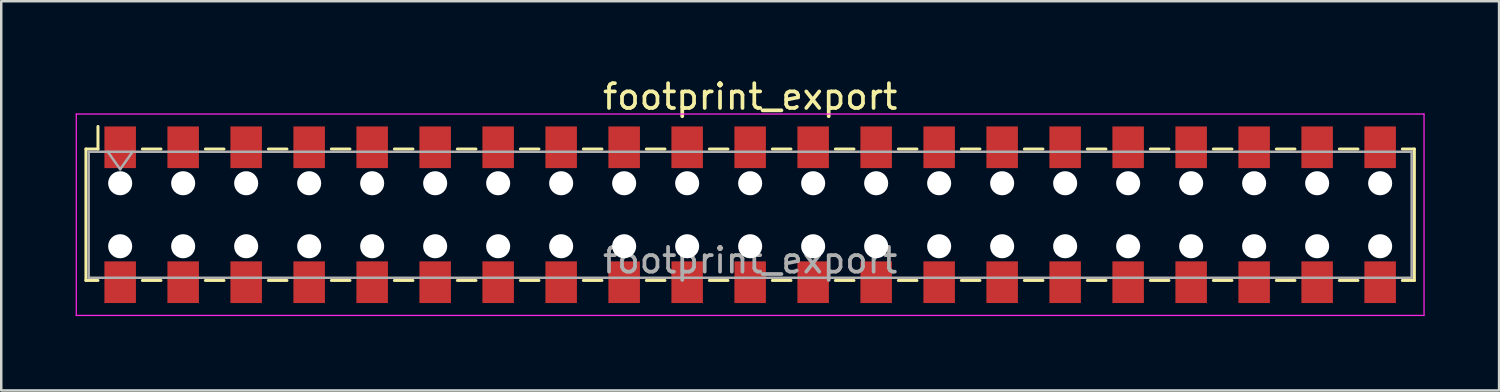
<source format=kicad_pcb>
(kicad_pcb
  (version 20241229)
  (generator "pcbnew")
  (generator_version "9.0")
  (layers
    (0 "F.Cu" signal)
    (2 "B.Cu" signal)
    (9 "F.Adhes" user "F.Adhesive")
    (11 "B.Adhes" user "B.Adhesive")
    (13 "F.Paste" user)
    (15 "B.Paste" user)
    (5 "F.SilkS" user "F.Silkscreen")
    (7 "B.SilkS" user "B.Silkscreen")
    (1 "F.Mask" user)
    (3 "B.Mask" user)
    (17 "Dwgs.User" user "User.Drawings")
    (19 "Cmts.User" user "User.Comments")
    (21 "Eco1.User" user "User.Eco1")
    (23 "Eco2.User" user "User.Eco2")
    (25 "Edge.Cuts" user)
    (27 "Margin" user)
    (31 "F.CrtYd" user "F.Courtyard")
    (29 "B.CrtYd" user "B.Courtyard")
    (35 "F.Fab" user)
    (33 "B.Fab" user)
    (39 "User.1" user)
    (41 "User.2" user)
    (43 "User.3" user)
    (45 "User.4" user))
  (footprint "footprint_export"
    (layer "F.Cu")
    (at 27.195 5.608)
    (property "Reference" "footprint_export" (at 0 -4.76 0) (layer "F.SilkS") (effects (font (size 1 1) (thickness 0.15))))
    (attr smd)
    (fp_line (start -26.78 -2.65) (end -26.78 2.65) (stroke (width 0.12) (type solid)) (layer "F.SilkS"))
    (fp_line (start -26.78 2.65) (end -26.295 2.65) (stroke (width 0.12) (type solid)) (layer "F.SilkS"))
    (fp_line (start -26.295 -3.56) (end -26.295 -2.65) (stroke (width 0.12) (type solid)) (layer "F.SilkS"))
    (fp_line (start -26.295 -2.65) (end -26.78 -2.65) (stroke (width 0.12) (type solid)) (layer "F.SilkS"))
    (fp_line (start -24.505 -2.65) (end -23.755 -2.65) (stroke (width 0.12) (type solid)) (layer "F.SilkS"))
    (fp_line (start -24.505 2.65) (end -23.755 2.65) (stroke (width 0.12) (type solid)) (layer "F.SilkS"))
    (fp_line (start -21.965 -2.65) (end -21.215 -2.65) (stroke (width 0.12) (type solid)) (layer "F.SilkS"))
    (fp_line (start -21.965 2.65) (end -21.215 2.65) (stroke (width 0.12) (type solid)) (layer "F.SilkS"))
    (fp_line (start -19.425 -2.65) (end -18.675 -2.65) (stroke (width 0.12) (type solid)) (layer "F.SilkS"))
    (fp_line (start -19.425 2.65) (end -18.675 2.65) (stroke (width 0.12) (type solid)) (layer "F.SilkS"))
    (fp_line (start -16.885 -2.65) (end -16.135 -2.65) (stroke (width 0.12) (type solid)) (layer "F.SilkS"))
    (fp_line (start -16.885 2.65) (end -16.135 2.65) (stroke (width 0.12) (type solid)) (layer "F.SilkS"))
    (fp_line (start -14.345 -2.65) (end -13.595 -2.65) (stroke (width 0.12) (type solid)) (layer "F.SilkS"))
    (fp_line (start -14.345 2.65) (end -13.595 2.65) (stroke (width 0.12) (type solid)) (layer "F.SilkS"))
    (fp_line (start -11.805 -2.65) (end -11.055 -2.65) (stroke (width 0.12) (type solid)) (layer "F.SilkS"))
    (fp_line (start -11.805 2.65) (end -11.055 2.65) (stroke (width 0.12) (type solid)) (layer "F.SilkS"))
    (fp_line (start -9.265 -2.65) (end -8.515 -2.65) (stroke (width 0.12) (type solid)) (layer "F.SilkS"))
    (fp_line (start -9.265 2.65) (end -8.515 2.65) (stroke (width 0.12) (type solid)) (layer "F.SilkS"))
    (fp_line (start -6.725 -2.65) (end -5.975 -2.65) (stroke (width 0.12) (type solid)) (layer "F.SilkS"))
    (fp_line (start -6.725 2.65) (end -5.975 2.65) (stroke (width 0.12) (type solid)) (layer "F.SilkS"))
    (fp_line (start -4.185 -2.65) (end -3.435 -2.65) (stroke (width 0.12) (type solid)) (layer "F.SilkS"))
    (fp_line (start -4.185 2.65) (end -3.435 2.65) (stroke (width 0.12) (type solid)) (layer "F.SilkS"))
    (fp_line (start -1.645 -2.65) (end -0.895 -2.65) (stroke (width 0.12) (type solid)) (layer "F.SilkS"))
    (fp_line (start -1.645 2.65) (end -0.895 2.65) (stroke (width 0.12) (type solid)) (layer "F.SilkS"))
    (fp_line (start 0.895 -2.65) (end 1.645 -2.65) (stroke (width 0.12) (type solid)) (layer "F.SilkS"))
    (fp_line (start 0.895 2.65) (end 1.645 2.65) (stroke (width 0.12) (type solid)) (layer "F.SilkS"))
    (fp_line (start 3.435 -2.65) (end 4.185 -2.65) (stroke (width 0.12) (type solid)) (layer "F.SilkS"))
    (fp_line (start 3.435 2.65) (end 4.185 2.65) (stroke (width 0.12) (type solid)) (layer "F.SilkS"))
    (fp_line (start 5.975 -2.65) (end 6.725 -2.65) (stroke (width 0.12) (type solid)) (layer "F.SilkS"))
    (fp_line (start 5.975 2.65) (end 6.725 2.65) (stroke (width 0.12) (type solid)) (layer "F.SilkS"))
    (fp_line (start 8.515 -2.65) (end 9.265 -2.65) (stroke (width 0.12) (type solid)) (layer "F.SilkS"))
    (fp_line (start 8.515 2.65) (end 9.265 2.65) (stroke (width 0.12) (type solid)) (layer "F.SilkS"))
    (fp_line (start 11.055 -2.65) (end 11.805 -2.65) (stroke (width 0.12) (type solid)) (layer "F.SilkS"))
    (fp_line (start 11.055 2.65) (end 11.805 2.65) (stroke (width 0.12) (type solid)) (layer "F.SilkS"))
    (fp_line (start 13.595 -2.65) (end 14.345 -2.65) (stroke (width 0.12) (type solid)) (layer "F.SilkS"))
    (fp_line (start 13.595 2.65) (end 14.345 2.65) (stroke (width 0.12) (type solid)) (layer "F.SilkS"))
    (fp_line (start 16.135 -2.65) (end 16.885 -2.65) (stroke (width 0.12) (type solid)) (layer "F.SilkS"))
    (fp_line (start 16.135 2.65) (end 16.885 2.65) (stroke (width 0.12) (type solid)) (layer "F.SilkS"))
    (fp_line (start 18.675 -2.65) (end 19.425 -2.65) (stroke (width 0.12) (type solid)) (layer "F.SilkS"))
    (fp_line (start 18.675 2.65) (end 19.425 2.65) (stroke (width 0.12) (type solid)) (layer "F.SilkS"))
    (fp_line (start 21.215 -2.65) (end 21.965 -2.65) (stroke (width 0.12) (type solid)) (layer "F.SilkS"))
    (fp_line (start 21.215 2.65) (end 21.965 2.65) (stroke (width 0.12) (type solid)) (layer "F.SilkS"))
    (fp_line (start 23.755 -2.65) (end 24.505 -2.65) (stroke (width 0.12) (type solid)) (layer "F.SilkS"))
    (fp_line (start 23.755 2.65) (end 24.505 2.65) (stroke (width 0.12) (type solid)) (layer "F.SilkS"))
    (fp_line (start 26.295 -2.65) (end 26.78 -2.65) (stroke (width 0.12) (type solid)) (layer "F.SilkS"))
    (fp_line (start 26.78 -2.65) (end 26.78 2.65) (stroke (width 0.12) (type solid)) (layer "F.SilkS"))
    (fp_line (start 26.78 2.65) (end 26.295 2.65) (stroke (width 0.12) (type solid)) (layer "F.SilkS"))
    (fp_line (start -27.17 -4.06) (end 27.17 -4.06) (stroke (width 0.05) (type solid)) (layer "F.CrtYd"))
    (fp_line (start -27.17 4.06) (end -27.17 -4.06) (stroke (width 0.05) (type solid)) (layer "F.CrtYd"))
    (fp_line (start 27.17 -4.06) (end 27.17 4.06) (stroke (width 0.05) (type solid)) (layer "F.CrtYd"))
    (fp_line (start 27.17 4.06) (end -27.17 4.06) (stroke (width 0.05) (type solid)) (layer "F.CrtYd"))
    (fp_line (start -26.67 -2.54) (end 26.67 -2.54) (stroke (width 0.1) (type solid)) (layer "F.Fab"))
    (fp_line (start -26.67 2.54) (end -26.67 -2.54) (stroke (width 0.1) (type solid)) (layer "F.Fab"))
    (fp_line (start -25.9 -2.54) (end -25.4 -1.833) (stroke (width 0.1) (type solid)) (layer "F.Fab"))
    (fp_line (start -25.4 -1.833) (end -24.9 -2.54) (stroke (width 0.1) (type solid)) (layer "F.Fab"))
    (fp_line (start 26.67 -2.54) (end 26.67 2.54) (stroke (width 0.1) (type solid)) (layer "F.Fab"))
    (fp_line (start 26.67 2.54) (end -26.67 2.54) (stroke (width 0.1) (type solid)) (layer "F.Fab"))
    (fp_text user "${REFERENCE}" (at 0 1.84 0) (layer "F.Fab") (effects (font (size 1 1) (thickness 0.15))))
    (pad "" np_thru_hole circle (at -25.4 -1.27) (size 0.97 0.97) (drill 0.97) (layers "*.Cu" "*.Mask"))
    (pad "" np_thru_hole circle (at -25.4 1.27) (size 0.97 0.97) (drill 0.97) (layers "*.Cu" "*.Mask"))
    (pad "" np_thru_hole circle (at -22.86 -1.27) (size 0.97 0.97) (drill 0.97) (layers "*.Cu" "*.Mask"))
    (pad "" np_thru_hole circle (at -22.86 1.27) (size 0.97 0.97) (drill 0.97) (layers "*.Cu" "*.Mask"))
    (pad "" np_thru_hole circle (at -20.32 -1.27) (size 0.97 0.97) (drill 0.97) (layers "*.Cu" "*.Mask"))
    (pad "" np_thru_hole circle (at -20.32 1.27) (size 0.97 0.97) (drill 0.97) (layers "*.Cu" "*.Mask"))
    (pad "" np_thru_hole circle (at -17.78 -1.27) (size 0.97 0.97) (drill 0.97) (layers "*.Cu" "*.Mask"))
    (pad "" np_thru_hole circle (at -17.78 1.27) (size 0.97 0.97) (drill 0.97) (layers "*.Cu" "*.Mask"))
    (pad "" np_thru_hole circle (at -15.24 -1.27) (size 0.97 0.97) (drill 0.97) (layers "*.Cu" "*.Mask"))
    (pad "" np_thru_hole circle (at -15.24 1.27) (size 0.97 0.97) (drill 0.97) (layers "*.Cu" "*.Mask"))
    (pad "" np_thru_hole circle (at -12.7 -1.27) (size 0.97 0.97) (drill 0.97) (layers "*.Cu" "*.Mask"))
    (pad "" np_thru_hole circle (at -12.7 1.27) (size 0.97 0.97) (drill 0.97) (layers "*.Cu" "*.Mask"))
    (pad "" np_thru_hole circle (at -10.16 -1.27) (size 0.97 0.97) (drill 0.97) (layers "*.Cu" "*.Mask"))
    (pad "" np_thru_hole circle (at -10.16 1.27) (size 0.97 0.97) (drill 0.97) (layers "*.Cu" "*.Mask"))
    (pad "" np_thru_hole circle (at -7.62 -1.27) (size 0.97 0.97) (drill 0.97) (layers "*.Cu" "*.Mask"))
    (pad "" np_thru_hole circle (at -7.62 1.27) (size 0.97 0.97) (drill 0.97) (layers "*.Cu" "*.Mask"))
    (pad "" np_thru_hole circle (at -5.08 -1.27) (size 0.97 0.97) (drill 0.97) (layers "*.Cu" "*.Mask"))
    (pad "" np_thru_hole circle (at -5.08 1.27) (size 0.97 0.97) (drill 0.97) (layers "*.Cu" "*.Mask"))
    (pad "" np_thru_hole circle (at -2.54 -1.27) (size 0.97 0.97) (drill 0.97) (layers "*.Cu" "*.Mask"))
    (pad "" np_thru_hole circle (at -2.54 1.27) (size 0.97 0.97) (drill 0.97) (layers "*.Cu" "*.Mask"))
    (pad "" np_thru_hole circle (at 0 -1.27) (size 0.97 0.97) (drill 0.97) (layers "*.Cu" "*.Mask"))
    (pad "" np_thru_hole circle (at 0 1.27) (size 0.97 0.97) (drill 0.97) (layers "*.Cu" "*.Mask"))
    (pad "" np_thru_hole circle (at 2.54 -1.27) (size 0.97 0.97) (drill 0.97) (layers "*.Cu" "*.Mask"))
    (pad "" np_thru_hole circle (at 2.54 1.27) (size 0.97 0.97) (drill 0.97) (layers "*.Cu" "*.Mask"))
    (pad "" np_thru_hole circle (at 5.08 -1.27) (size 0.97 0.97) (drill 0.97) (layers "*.Cu" "*.Mask"))
    (pad "" np_thru_hole circle (at 5.08 1.27) (size 0.97 0.97) (drill 0.97) (layers "*.Cu" "*.Mask"))
    (pad "" np_thru_hole circle (at 7.62 -1.27) (size 0.97 0.97) (drill 0.97) (layers "*.Cu" "*.Mask"))
    (pad "" np_thru_hole circle (at 7.62 1.27) (size 0.97 0.97) (drill 0.97) (layers "*.Cu" "*.Mask"))
    (pad "" np_thru_hole circle (at 10.16 -1.27) (size 0.97 0.97) (drill 0.97) (layers "*.Cu" "*.Mask"))
    (pad "" np_thru_hole circle (at 10.16 1.27) (size 0.97 0.97) (drill 0.97) (layers "*.Cu" "*.Mask"))
    (pad "" np_thru_hole circle (at 12.7 -1.27) (size 0.97 0.97) (drill 0.97) (layers "*.Cu" "*.Mask"))
    (pad "" np_thru_hole circle (at 12.7 1.27) (size 0.97 0.97) (drill 0.97) (layers "*.Cu" "*.Mask"))
    (pad "" np_thru_hole circle (at 15.24 -1.27) (size 0.97 0.97) (drill 0.97) (layers "*.Cu" "*.Mask"))
    (pad "" np_thru_hole circle (at 15.24 1.27) (size 0.97 0.97) (drill 0.97) (layers "*.Cu" "*.Mask"))
    (pad "" np_thru_hole circle (at 17.78 -1.27) (size 0.97 0.97) (drill 0.97) (layers "*.Cu" "*.Mask"))
    (pad "" np_thru_hole circle (at 17.78 1.27) (size 0.97 0.97) (drill 0.97) (layers "*.Cu" "*.Mask"))
    (pad "" np_thru_hole circle (at 20.32 -1.27) (size 0.97 0.97) (drill 0.97) (layers "*.Cu" "*.Mask"))
    (pad "" np_thru_hole circle (at 20.32 1.27) (size 0.97 0.97) (drill 0.97) (layers "*.Cu" "*.Mask"))
    (pad "" np_thru_hole circle (at 22.86 -1.27) (size 0.97 0.97) (drill 0.97) (layers "*.Cu" "*.Mask"))
    (pad "" np_thru_hole circle (at 22.86 1.27) (size 0.97 0.97) (drill 0.97) (layers "*.Cu" "*.Mask"))
    (pad "" np_thru_hole circle (at 25.4 -1.27) (size 0.97 0.97) (drill 0.97) (layers "*.Cu" "*.Mask"))
    (pad "" np_thru_hole circle (at 25.4 1.27) (size 0.97 0.97) (drill 0.97) (layers "*.Cu" "*.Mask"))
    (pad "1" smd rect (at -25.4 -2.72) (size 1.27 1.68) (layers "F.Cu" "F.Mask" "F.Paste"))
    (pad "2" smd rect (at -25.4 2.72) (size 1.27 1.68) (layers "F.Cu" "F.Mask" "F.Paste"))
    (pad "3" smd rect (at -22.86 -2.72) (size 1.27 1.68) (layers "F.Cu" "F.Mask" "F.Paste"))
    (pad "4" smd rect (at -22.86 2.72) (size 1.27 1.68) (layers "F.Cu" "F.Mask" "F.Paste"))
    (pad "5" smd rect (at -20.32 -2.72) (size 1.27 1.68) (layers "F.Cu" "F.Mask" "F.Paste"))
    (pad "6" smd rect (at -20.32 2.72) (size 1.27 1.68) (layers "F.Cu" "F.Mask" "F.Paste"))
    (pad "7" smd rect (at -17.78 -2.72) (size 1.27 1.68) (layers "F.Cu" "F.Mask" "F.Paste"))
    (pad "8" smd rect (at -17.78 2.72) (size 1.27 1.68) (layers "F.Cu" "F.Mask" "F.Paste"))
    (pad "9" smd rect (at -15.24 -2.72) (size 1.27 1.68) (layers "F.Cu" "F.Mask" "F.Paste"))
    (pad "10" smd rect (at -15.24 2.72) (size 1.27 1.68) (layers "F.Cu" "F.Mask" "F.Paste"))
    (pad "11" smd rect (at -12.7 -2.72) (size 1.27 1.68) (layers "F.Cu" "F.Mask" "F.Paste"))
    (pad "12" smd rect (at -12.7 2.72) (size 1.27 1.68) (layers "F.Cu" "F.Mask" "F.Paste"))
    (pad "13" smd rect (at -10.16 -2.72) (size 1.27 1.68) (layers "F.Cu" "F.Mask" "F.Paste"))
    (pad "14" smd rect (at -10.16 2.72) (size 1.27 1.68) (layers "F.Cu" "F.Mask" "F.Paste"))
    (pad "15" smd rect (at -7.62 -2.72) (size 1.27 1.68) (layers "F.Cu" "F.Mask" "F.Paste"))
    (pad "16" smd rect (at -7.62 2.72) (size 1.27 1.68) (layers "F.Cu" "F.Mask" "F.Paste"))
    (pad "17" smd rect (at -5.08 -2.72) (size 1.27 1.68) (layers "F.Cu" "F.Mask" "F.Paste"))
    (pad "18" smd rect (at -5.08 2.72) (size 1.27 1.68) (layers "F.Cu" "F.Mask" "F.Paste"))
    (pad "19" smd rect (at -2.54 -2.72) (size 1.27 1.68) (layers "F.Cu" "F.Mask" "F.Paste"))
    (pad "20" smd rect (at -2.54 2.72) (size 1.27 1.68) (layers "F.Cu" "F.Mask" "F.Paste"))
    (pad "21" smd rect (at 0 -2.72) (size 1.27 1.68) (layers "F.Cu" "F.Mask" "F.Paste"))
    (pad "22" smd rect (at 0 2.72) (size 1.27 1.68) (layers "F.Cu" "F.Mask" "F.Paste"))
    (pad "23" smd rect (at 2.54 -2.72) (size 1.27 1.68) (layers "F.Cu" "F.Mask" "F.Paste"))
    (pad "24" smd rect (at 2.54 2.72) (size 1.27 1.68) (layers "F.Cu" "F.Mask" "F.Paste"))
    (pad "25" smd rect (at 5.08 -2.72) (size 1.27 1.68) (layers "F.Cu" "F.Mask" "F.Paste"))
    (pad "26" smd rect (at 5.08 2.72) (size 1.27 1.68) (layers "F.Cu" "F.Mask" "F.Paste"))
    (pad "27" smd rect (at 7.62 -2.72) (size 1.27 1.68) (layers "F.Cu" "F.Mask" "F.Paste"))
    (pad "28" smd rect (at 7.62 2.72) (size 1.27 1.68) (layers "F.Cu" "F.Mask" "F.Paste"))
    (pad "29" smd rect (at 10.16 -2.72) (size 1.27 1.68) (layers "F.Cu" "F.Mask" "F.Paste"))
    (pad "30" smd rect (at 10.16 2.72) (size 1.27 1.68) (layers "F.Cu" "F.Mask" "F.Paste"))
    (pad "31" smd rect (at 12.7 -2.72) (size 1.27 1.68) (layers "F.Cu" "F.Mask" "F.Paste"))
    (pad "32" smd rect (at 12.7 2.72) (size 1.27 1.68) (layers "F.Cu" "F.Mask" "F.Paste"))
    (pad "33" smd rect (at 15.24 -2.72) (size 1.27 1.68) (layers "F.Cu" "F.Mask" "F.Paste"))
    (pad "34" smd rect (at 15.24 2.72) (size 1.27 1.68) (layers "F.Cu" "F.Mask" "F.Paste"))
    (pad "35" smd rect (at 17.78 -2.72) (size 1.27 1.68) (layers "F.Cu" "F.Mask" "F.Paste"))
    (pad "36" smd rect (at 17.78 2.72) (size 1.27 1.68) (layers "F.Cu" "F.Mask" "F.Paste"))
    (pad "37" smd rect (at 20.32 -2.72) (size 1.27 1.68) (layers "F.Cu" "F.Mask" "F.Paste"))
    (pad "38" smd rect (at 20.32 2.72) (size 1.27 1.68) (layers "F.Cu" "F.Mask" "F.Paste"))
    (pad "39" smd rect (at 22.86 -2.72) (size 1.27 1.68) (layers "F.Cu" "F.Mask" "F.Paste"))
    (pad "40" smd rect (at 22.86 2.72) (size 1.27 1.68) (layers "F.Cu" "F.Mask" "F.Paste"))
    (pad "41" smd rect (at 25.4 -2.72) (size 1.27 1.68) (layers "F.Cu" "F.Mask" "F.Paste"))
    (pad "42" smd rect (at 25.4 2.72) (size 1.27 1.68) (layers "F.Cu" "F.Mask" "F.Paste")))
  (gr_rect
    (start -3 -3)
    (end 57.39 12.693)
    (stroke (width 0.1) (type default))
    (fill no)
    (layer "Edge.Cuts")))
</source>
